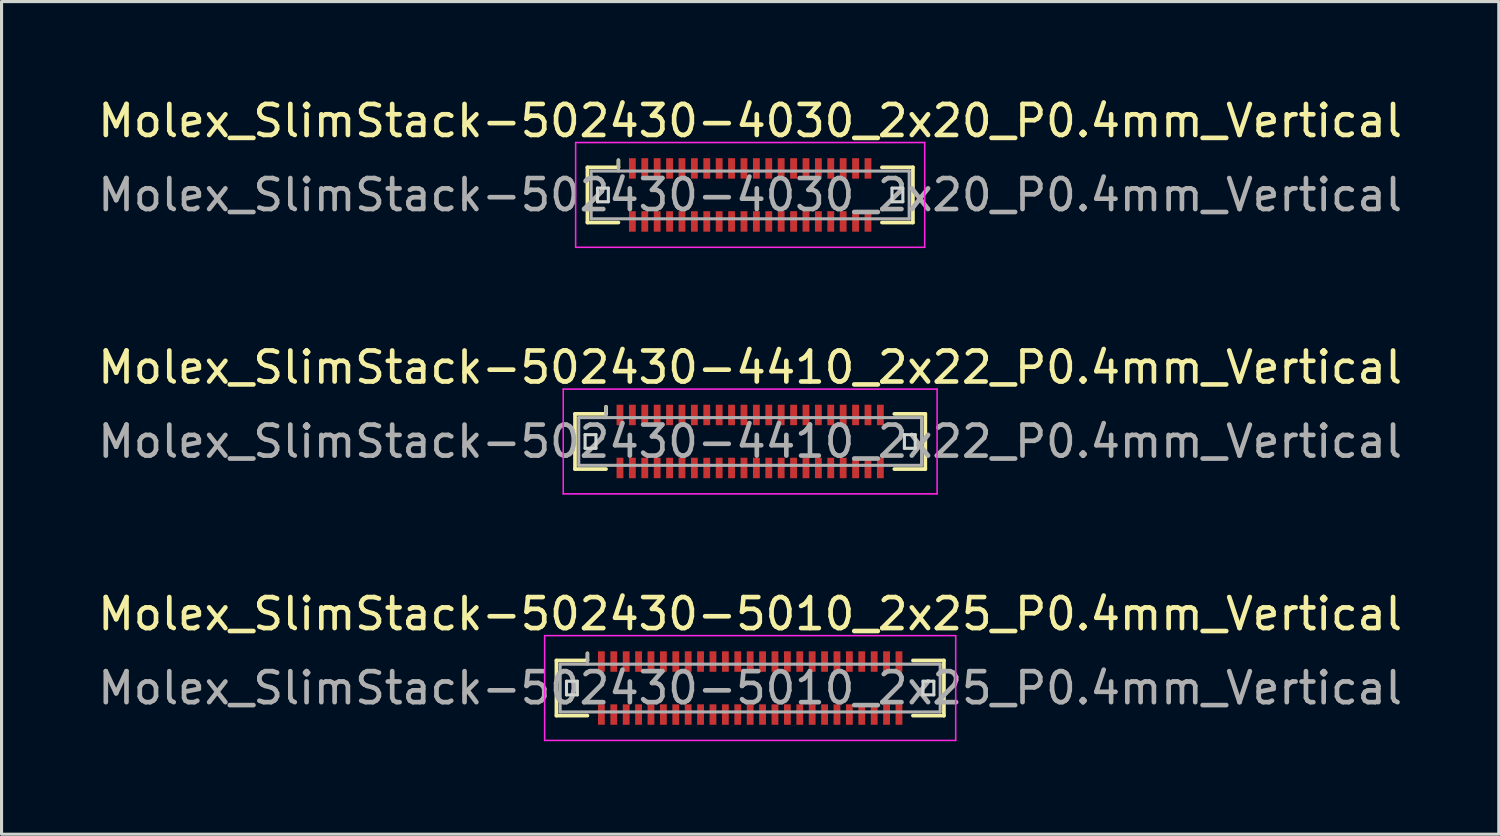
<source format=kicad_pcb>
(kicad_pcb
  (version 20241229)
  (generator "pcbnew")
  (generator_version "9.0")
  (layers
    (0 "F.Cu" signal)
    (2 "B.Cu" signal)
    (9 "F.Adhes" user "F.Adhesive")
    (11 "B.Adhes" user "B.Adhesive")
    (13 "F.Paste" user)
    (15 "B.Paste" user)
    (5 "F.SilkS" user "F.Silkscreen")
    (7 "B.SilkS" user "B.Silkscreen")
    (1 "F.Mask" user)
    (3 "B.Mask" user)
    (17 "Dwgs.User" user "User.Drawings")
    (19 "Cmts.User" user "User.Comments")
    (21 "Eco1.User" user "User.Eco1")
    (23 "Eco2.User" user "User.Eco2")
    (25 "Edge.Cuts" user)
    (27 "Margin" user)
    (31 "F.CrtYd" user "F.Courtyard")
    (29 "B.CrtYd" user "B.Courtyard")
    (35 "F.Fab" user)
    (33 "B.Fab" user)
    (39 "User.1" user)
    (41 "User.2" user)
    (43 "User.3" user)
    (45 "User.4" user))
  (footprint "Molex_SlimStack-502430-5010_2x25_P0.4mm_Vertical"
    (layer "F.Cu")
    (at 21.149 19.145)
    (property "Reference" "Molex_SlimStack-502430-5010_2x25_P0.4mm_Vertical" (at 0 -2.39 0) (layer "F.SilkS") (effects (font (size 1 1) (thickness 0.15))))
    (attr smd)
    (fp_line (start -6.25 -0.89) (end -5.25 -0.89) (stroke (width 0.12) (type solid)) (layer "F.SilkS"))
    (fp_line (start -6.25 0.89) (end -6.25 -0.89) (stroke (width 0.12) (type solid)) (layer "F.SilkS"))
    (fp_line (start -5.25 -0.89) (end -5.25 -1.12) (stroke (width 0.12) (type solid)) (layer "F.SilkS"))
    (fp_line (start -5.25 0.89) (end -6.25 0.89) (stroke (width 0.12) (type solid)) (layer "F.SilkS"))
    (fp_line (start 5.25 0.89) (end 6.25 0.89) (stroke (width 0.12) (type solid)) (layer "F.SilkS"))
    (fp_line (start 6.25 -0.89) (end 5.25 -0.89) (stroke (width 0.12) (type solid)) (layer "F.SilkS"))
    (fp_line (start 6.25 0.89) (end 6.25 -0.89) (stroke (width 0.12) (type solid)) (layer "F.SilkS"))
    (fp_line (start -5.925 -0.22) (end -5.925 0.22) (stroke (width 0.1) (type solid)) (layer "Edge.Cuts"))
    (fp_line (start -5.925 0.22) (end -5.575 0.22) (stroke (width 0.1) (type solid)) (layer "Edge.Cuts"))
    (fp_line (start -5.575 -0.22) (end -5.925 -0.22) (stroke (width 0.1) (type solid)) (layer "Edge.Cuts"))
    (fp_line (start -5.575 0.22) (end -5.575 -0.22) (stroke (width 0.1) (type solid)) (layer "Edge.Cuts"))
    (fp_line (start 5.575 -0.22) (end 5.575 0.22) (stroke (width 0.1) (type solid)) (layer "Edge.Cuts"))
    (fp_line (start 5.575 0.22) (end 5.925 0.22) (stroke (width 0.1) (type solid)) (layer "Edge.Cuts"))
    (fp_line (start 5.925 -0.22) (end 5.575 -0.22) (stroke (width 0.1) (type solid)) (layer "Edge.Cuts"))
    (fp_line (start 5.925 0.22) (end 5.925 -0.22) (stroke (width 0.1) (type solid)) (layer "Edge.Cuts"))
    (fp_line (start -6.63 -1.69) (end -6.63 1.69) (stroke (width 0.05) (type solid)) (layer "F.CrtYd"))
    (fp_line (start -6.63 1.69) (end 6.63 1.69) (stroke (width 0.05) (type solid)) (layer "F.CrtYd"))
    (fp_line (start 6.63 -1.69) (end -6.63 -1.69) (stroke (width 0.05) (type solid)) (layer "F.CrtYd"))
    (fp_line (start 6.63 1.69) (end 6.63 -1.69) (stroke (width 0.05) (type solid)) (layer "F.CrtYd"))
    (fp_line (start -6.13 -0.77) (end -6.13 0.77) (stroke (width 0.1) (type solid)) (layer "F.Fab"))
    (fp_line (start -6.13 0.77) (end 6.13 0.77) (stroke (width 0.1) (type solid)) (layer "F.Fab"))
    (fp_line (start -5.25 -0.77) (end -5.25 -1.12) (stroke (width 0.1) (type solid)) (layer "F.Fab"))
    (fp_line (start 6.13 -0.77) (end -6.13 -0.77) (stroke (width 0.1) (type solid)) (layer "F.Fab"))
    (fp_line (start 6.13 0.77) (end 6.13 -0.77) (stroke (width 0.1) (type solid)) (layer "F.Fab"))
    (fp_text user "${REFERENCE}" (at 0 0 0) (layer "F.Fab") (effects (font (size 1 1) (thickness 0.15))))
    (pad "1" smd rect (at -4.8 -0.855) (size 0.22 0.66) (layers "F.Cu" "F.Mask" "F.Paste"))
    (pad "2" smd rect (at -4.8 0.855) (size 0.22 0.66) (layers "F.Cu" "F.Mask" "F.Paste"))
    (pad "3" smd rect (at -4.4 -0.855) (size 0.22 0.66) (layers "F.Cu" "F.Mask" "F.Paste"))
    (pad "4" smd rect (at -4.4 0.855) (size 0.22 0.66) (layers "F.Cu" "F.Mask" "F.Paste"))
    (pad "5" smd rect (at -4 -0.855) (size 0.22 0.66) (layers "F.Cu" "F.Mask" "F.Paste"))
    (pad "6" smd rect (at -4 0.855) (size 0.22 0.66) (layers "F.Cu" "F.Mask" "F.Paste"))
    (pad "7" smd rect (at -3.6 -0.855) (size 0.22 0.66) (layers "F.Cu" "F.Mask" "F.Paste"))
    (pad "8" smd rect (at -3.6 0.855) (size 0.22 0.66) (layers "F.Cu" "F.Mask" "F.Paste"))
    (pad "9" smd rect (at -3.2 -0.855) (size 0.22 0.66) (layers "F.Cu" "F.Mask" "F.Paste"))
    (pad "10" smd rect (at -3.2 0.855) (size 0.22 0.66) (layers "F.Cu" "F.Mask" "F.Paste"))
    (pad "11" smd rect (at -2.8 -0.855) (size 0.22 0.66) (layers "F.Cu" "F.Mask" "F.Paste"))
    (pad "12" smd rect (at -2.8 0.855) (size 0.22 0.66) (layers "F.Cu" "F.Mask" "F.Paste"))
    (pad "13" smd rect (at -2.4 -0.855) (size 0.22 0.66) (layers "F.Cu" "F.Mask" "F.Paste"))
    (pad "14" smd rect (at -2.4 0.855) (size 0.22 0.66) (layers "F.Cu" "F.Mask" "F.Paste"))
    (pad "15" smd rect (at -2 -0.855) (size 0.22 0.66) (layers "F.Cu" "F.Mask" "F.Paste"))
    (pad "16" smd rect (at -2 0.855) (size 0.22 0.66) (layers "F.Cu" "F.Mask" "F.Paste"))
    (pad "17" smd rect (at -1.6 -0.855) (size 0.22 0.66) (layers "F.Cu" "F.Mask" "F.Paste"))
    (pad "18" smd rect (at -1.6 0.855) (size 0.22 0.66) (layers "F.Cu" "F.Mask" "F.Paste"))
    (pad "19" smd rect (at -1.2 -0.855) (size 0.22 0.66) (layers "F.Cu" "F.Mask" "F.Paste"))
    (pad "20" smd rect (at -1.2 0.855) (size 0.22 0.66) (layers "F.Cu" "F.Mask" "F.Paste"))
    (pad "21" smd rect (at -0.8 -0.855) (size 0.22 0.66) (layers "F.Cu" "F.Mask" "F.Paste"))
    (pad "22" smd rect (at -0.8 0.855) (size 0.22 0.66) (layers "F.Cu" "F.Mask" "F.Paste"))
    (pad "23" smd rect (at -0.4 -0.855) (size 0.22 0.66) (layers "F.Cu" "F.Mask" "F.Paste"))
    (pad "24" smd rect (at -0.4 0.855) (size 0.22 0.66) (layers "F.Cu" "F.Mask" "F.Paste"))
    (pad "25" smd rect (at 0 -0.855) (size 0.22 0.66) (layers "F.Cu" "F.Mask" "F.Paste"))
    (pad "26" smd rect (at 0 0.855) (size 0.22 0.66) (layers "F.Cu" "F.Mask" "F.Paste"))
    (pad "27" smd rect (at 0.4 -0.855) (size 0.22 0.66) (layers "F.Cu" "F.Mask" "F.Paste"))
    (pad "28" smd rect (at 0.4 0.855) (size 0.22 0.66) (layers "F.Cu" "F.Mask" "F.Paste"))
    (pad "29" smd rect (at 0.8 -0.855) (size 0.22 0.66) (layers "F.Cu" "F.Mask" "F.Paste"))
    (pad "30" smd rect (at 0.8 0.855) (size 0.22 0.66) (layers "F.Cu" "F.Mask" "F.Paste"))
    (pad "31" smd rect (at 1.2 -0.855) (size 0.22 0.66) (layers "F.Cu" "F.Mask" "F.Paste"))
    (pad "32" smd rect (at 1.2 0.855) (size 0.22 0.66) (layers "F.Cu" "F.Mask" "F.Paste"))
    (pad "33" smd rect (at 1.6 -0.855) (size 0.22 0.66) (layers "F.Cu" "F.Mask" "F.Paste"))
    (pad "34" smd rect (at 1.6 0.855) (size 0.22 0.66) (layers "F.Cu" "F.Mask" "F.Paste"))
    (pad "35" smd rect (at 2 -0.855) (size 0.22 0.66) (layers "F.Cu" "F.Mask" "F.Paste"))
    (pad "36" smd rect (at 2 0.855) (size 0.22 0.66) (layers "F.Cu" "F.Mask" "F.Paste"))
    (pad "37" smd rect (at 2.4 -0.855) (size 0.22 0.66) (layers "F.Cu" "F.Mask" "F.Paste"))
    (pad "38" smd rect (at 2.4 0.855) (size 0.22 0.66) (layers "F.Cu" "F.Mask" "F.Paste"))
    (pad "39" smd rect (at 2.8 -0.855) (size 0.22 0.66) (layers "F.Cu" "F.Mask" "F.Paste"))
    (pad "40" smd rect (at 2.8 0.855) (size 0.22 0.66) (layers "F.Cu" "F.Mask" "F.Paste"))
    (pad "41" smd rect (at 3.2 -0.855) (size 0.22 0.66) (layers "F.Cu" "F.Mask" "F.Paste"))
    (pad "42" smd rect (at 3.2 0.855) (size 0.22 0.66) (layers "F.Cu" "F.Mask" "F.Paste"))
    (pad "43" smd rect (at 3.6 -0.855) (size 0.22 0.66) (layers "F.Cu" "F.Mask" "F.Paste"))
    (pad "44" smd rect (at 3.6 0.855) (size 0.22 0.66) (layers "F.Cu" "F.Mask" "F.Paste"))
    (pad "45" smd rect (at 4 -0.855) (size 0.22 0.66) (layers "F.Cu" "F.Mask" "F.Paste"))
    (pad "46" smd rect (at 4 0.855) (size 0.22 0.66) (layers "F.Cu" "F.Mask" "F.Paste"))
    (pad "47" smd rect (at 4.4 -0.855) (size 0.22 0.66) (layers "F.Cu" "F.Mask" "F.Paste"))
    (pad "48" smd rect (at 4.4 0.855) (size 0.22 0.66) (layers "F.Cu" "F.Mask" "F.Paste"))
    (pad "49" smd rect (at 4.8 -0.855) (size 0.22 0.66) (layers "F.Cu" "F.Mask" "F.Paste"))
    (pad "50" smd rect (at 4.8 0.855) (size 0.22 0.66) (layers "F.Cu" "F.Mask" "F.Paste")))
  (footprint "Molex_SlimStack-502430-4410_2x22_P0.4mm_Vertical"
    (layer "F.Cu")
    (at 21.149 11.191)
    (property "Reference" "Molex_SlimStack-502430-4410_2x22_P0.4mm_Vertical" (at 0 -2.39 0) (layer "F.SilkS") (effects (font (size 1 1) (thickness 0.15))))
    (attr smd)
    (fp_line (start -5.65 -0.89) (end -4.65 -0.89) (stroke (width 0.12) (type solid)) (layer "F.SilkS"))
    (fp_line (start -5.65 0.89) (end -5.65 -0.89) (stroke (width 0.12) (type solid)) (layer "F.SilkS"))
    (fp_line (start -4.65 -0.89) (end -4.65 -1.12) (stroke (width 0.12) (type solid)) (layer "F.SilkS"))
    (fp_line (start -4.65 0.89) (end -5.65 0.89) (stroke (width 0.12) (type solid)) (layer "F.SilkS"))
    (fp_line (start 4.65 0.89) (end 5.65 0.89) (stroke (width 0.12) (type solid)) (layer "F.SilkS"))
    (fp_line (start 5.65 -0.89) (end 4.65 -0.89) (stroke (width 0.12) (type solid)) (layer "F.SilkS"))
    (fp_line (start 5.65 0.89) (end 5.65 -0.89) (stroke (width 0.12) (type solid)) (layer "F.SilkS"))
    (fp_line (start -5.325 -0.22) (end -5.325 0.22) (stroke (width 0.1) (type solid)) (layer "Edge.Cuts"))
    (fp_line (start -5.325 0.22) (end -4.975 0.22) (stroke (width 0.1) (type solid)) (layer "Edge.Cuts"))
    (fp_line (start -4.975 -0.22) (end -5.325 -0.22) (stroke (width 0.1) (type solid)) (layer "Edge.Cuts"))
    (fp_line (start -4.975 0.22) (end -4.975 -0.22) (stroke (width 0.1) (type solid)) (layer "Edge.Cuts"))
    (fp_line (start 4.975 -0.22) (end 4.975 0.22) (stroke (width 0.1) (type solid)) (layer "Edge.Cuts"))
    (fp_line (start 4.975 0.22) (end 5.325 0.22) (stroke (width 0.1) (type solid)) (layer "Edge.Cuts"))
    (fp_line (start 5.325 -0.22) (end 4.975 -0.22) (stroke (width 0.1) (type solid)) (layer "Edge.Cuts"))
    (fp_line (start 5.325 0.22) (end 5.325 -0.22) (stroke (width 0.1) (type solid)) (layer "Edge.Cuts"))
    (fp_line (start -6.03 -1.69) (end -6.03 1.69) (stroke (width 0.05) (type solid)) (layer "F.CrtYd"))
    (fp_line (start -6.03 1.69) (end 6.03 1.69) (stroke (width 0.05) (type solid)) (layer "F.CrtYd"))
    (fp_line (start 6.03 -1.69) (end -6.03 -1.69) (stroke (width 0.05) (type solid)) (layer "F.CrtYd"))
    (fp_line (start 6.03 1.69) (end 6.03 -1.69) (stroke (width 0.05) (type solid)) (layer "F.CrtYd"))
    (fp_line (start -5.53 -0.77) (end -5.53 0.77) (stroke (width 0.1) (type solid)) (layer "F.Fab"))
    (fp_line (start -5.53 0.77) (end 5.53 0.77) (stroke (width 0.1) (type solid)) (layer "F.Fab"))
    (fp_line (start -4.65 -0.77) (end -4.65 -1.12) (stroke (width 0.1) (type solid)) (layer "F.Fab"))
    (fp_line (start 5.53 -0.77) (end -5.53 -0.77) (stroke (width 0.1) (type solid)) (layer "F.Fab"))
    (fp_line (start 5.53 0.77) (end 5.53 -0.77) (stroke (width 0.1) (type solid)) (layer "F.Fab"))
    (fp_text user "${REFERENCE}" (at 0 0 0) (layer "F.Fab") (effects (font (size 1 1) (thickness 0.15))))
    (pad "1" smd rect (at -4.2 -0.855) (size 0.22 0.66) (layers "F.Cu" "F.Mask" "F.Paste"))
    (pad "2" smd rect (at -4.2 0.855) (size 0.22 0.66) (layers "F.Cu" "F.Mask" "F.Paste"))
    (pad "3" smd rect (at -3.8 -0.855) (size 0.22 0.66) (layers "F.Cu" "F.Mask" "F.Paste"))
    (pad "4" smd rect (at -3.8 0.855) (size 0.22 0.66) (layers "F.Cu" "F.Mask" "F.Paste"))
    (pad "5" smd rect (at -3.4 -0.855) (size 0.22 0.66) (layers "F.Cu" "F.Mask" "F.Paste"))
    (pad "6" smd rect (at -3.4 0.855) (size 0.22 0.66) (layers "F.Cu" "F.Mask" "F.Paste"))
    (pad "7" smd rect (at -3 -0.855) (size 0.22 0.66) (layers "F.Cu" "F.Mask" "F.Paste"))
    (pad "8" smd rect (at -3 0.855) (size 0.22 0.66) (layers "F.Cu" "F.Mask" "F.Paste"))
    (pad "9" smd rect (at -2.6 -0.855) (size 0.22 0.66) (layers "F.Cu" "F.Mask" "F.Paste"))
    (pad "10" smd rect (at -2.6 0.855) (size 0.22 0.66) (layers "F.Cu" "F.Mask" "F.Paste"))
    (pad "11" smd rect (at -2.2 -0.855) (size 0.22 0.66) (layers "F.Cu" "F.Mask" "F.Paste"))
    (pad "12" smd rect (at -2.2 0.855) (size 0.22 0.66) (layers "F.Cu" "F.Mask" "F.Paste"))
    (pad "13" smd rect (at -1.8 -0.855) (size 0.22 0.66) (layers "F.Cu" "F.Mask" "F.Paste"))
    (pad "14" smd rect (at -1.8 0.855) (size 0.22 0.66) (layers "F.Cu" "F.Mask" "F.Paste"))
    (pad "15" smd rect (at -1.4 -0.855) (size 0.22 0.66) (layers "F.Cu" "F.Mask" "F.Paste"))
    (pad "16" smd rect (at -1.4 0.855) (size 0.22 0.66) (layers "F.Cu" "F.Mask" "F.Paste"))
    (pad "17" smd rect (at -1 -0.855) (size 0.22 0.66) (layers "F.Cu" "F.Mask" "F.Paste"))
    (pad "18" smd rect (at -1 0.855) (size 0.22 0.66) (layers "F.Cu" "F.Mask" "F.Paste"))
    (pad "19" smd rect (at -0.6 -0.855) (size 0.22 0.66) (layers "F.Cu" "F.Mask" "F.Paste"))
    (pad "20" smd rect (at -0.6 0.855) (size 0.22 0.66) (layers "F.Cu" "F.Mask" "F.Paste"))
    (pad "21" smd rect (at -0.2 -0.855) (size 0.22 0.66) (layers "F.Cu" "F.Mask" "F.Paste"))
    (pad "22" smd rect (at -0.2 0.855) (size 0.22 0.66) (layers "F.Cu" "F.Mask" "F.Paste"))
    (pad "23" smd rect (at 0.2 -0.855) (size 0.22 0.66) (layers "F.Cu" "F.Mask" "F.Paste"))
    (pad "24" smd rect (at 0.2 0.855) (size 0.22 0.66) (layers "F.Cu" "F.Mask" "F.Paste"))
    (pad "25" smd rect (at 0.6 -0.855) (size 0.22 0.66) (layers "F.Cu" "F.Mask" "F.Paste"))
    (pad "26" smd rect (at 0.6 0.855) (size 0.22 0.66) (layers "F.Cu" "F.Mask" "F.Paste"))
    (pad "27" smd rect (at 1 -0.855) (size 0.22 0.66) (layers "F.Cu" "F.Mask" "F.Paste"))
    (pad "28" smd rect (at 1 0.855) (size 0.22 0.66) (layers "F.Cu" "F.Mask" "F.Paste"))
    (pad "29" smd rect (at 1.4 -0.855) (size 0.22 0.66) (layers "F.Cu" "F.Mask" "F.Paste"))
    (pad "30" smd rect (at 1.4 0.855) (size 0.22 0.66) (layers "F.Cu" "F.Mask" "F.Paste"))
    (pad "31" smd rect (at 1.8 -0.855) (size 0.22 0.66) (layers "F.Cu" "F.Mask" "F.Paste"))
    (pad "32" smd rect (at 1.8 0.855) (size 0.22 0.66) (layers "F.Cu" "F.Mask" "F.Paste"))
    (pad "33" smd rect (at 2.2 -0.855) (size 0.22 0.66) (layers "F.Cu" "F.Mask" "F.Paste"))
    (pad "34" smd rect (at 2.2 0.855) (size 0.22 0.66) (layers "F.Cu" "F.Mask" "F.Paste"))
    (pad "35" smd rect (at 2.6 -0.855) (size 0.22 0.66) (layers "F.Cu" "F.Mask" "F.Paste"))
    (pad "36" smd rect (at 2.6 0.855) (size 0.22 0.66) (layers "F.Cu" "F.Mask" "F.Paste"))
    (pad "37" smd rect (at 3 -0.855) (size 0.22 0.66) (layers "F.Cu" "F.Mask" "F.Paste"))
    (pad "38" smd rect (at 3 0.855) (size 0.22 0.66) (layers "F.Cu" "F.Mask" "F.Paste"))
    (pad "39" smd rect (at 3.4 -0.855) (size 0.22 0.66) (layers "F.Cu" "F.Mask" "F.Paste"))
    (pad "40" smd rect (at 3.4 0.855) (size 0.22 0.66) (layers "F.Cu" "F.Mask" "F.Paste"))
    (pad "41" smd rect (at 3.8 -0.855) (size 0.22 0.66) (layers "F.Cu" "F.Mask" "F.Paste"))
    (pad "42" smd rect (at 3.8 0.855) (size 0.22 0.66) (layers "F.Cu" "F.Mask" "F.Paste"))
    (pad "43" smd rect (at 4.2 -0.855) (size 0.22 0.66) (layers "F.Cu" "F.Mask" "F.Paste"))
    (pad "44" smd rect (at 4.2 0.855) (size 0.22 0.66) (layers "F.Cu" "F.Mask" "F.Paste")))
  (footprint "Molex_SlimStack-502430-4030_2x20_P0.4mm_Vertical"
    (layer "F.Cu")
    (at 21.149 3.238)
    (property "Reference" "Molex_SlimStack-502430-4030_2x20_P0.4mm_Vertical" (at 0 -2.39 0) (layer "F.SilkS") (effects (font (size 1 1) (thickness 0.15))))
    (attr smd)
    (fp_line (start -5.25 -0.89) (end -4.25 -0.89) (stroke (width 0.12) (type solid)) (layer "F.SilkS"))
    (fp_line (start -5.25 0.89) (end -5.25 -0.89) (stroke (width 0.12) (type solid)) (layer "F.SilkS"))
    (fp_line (start -4.25 -0.89) (end -4.25 -1.12) (stroke (width 0.12) (type solid)) (layer "F.SilkS"))
    (fp_line (start -4.25 0.89) (end -5.25 0.89) (stroke (width 0.12) (type solid)) (layer "F.SilkS"))
    (fp_line (start 4.25 0.89) (end 5.25 0.89) (stroke (width 0.12) (type solid)) (layer "F.SilkS"))
    (fp_line (start 5.25 -0.89) (end 4.25 -0.89) (stroke (width 0.12) (type solid)) (layer "F.SilkS"))
    (fp_line (start 5.25 0.89) (end 5.25 -0.89) (stroke (width 0.12) (type solid)) (layer "F.SilkS"))
    (fp_line (start -4.925 -0.22) (end -4.925 0.22) (stroke (width 0.1) (type solid)) (layer "Edge.Cuts"))
    (fp_line (start -4.925 0.22) (end -4.575 0.22) (stroke (width 0.1) (type solid)) (layer "Edge.Cuts"))
    (fp_line (start -4.575 -0.22) (end -4.925 -0.22) (stroke (width 0.1) (type solid)) (layer "Edge.Cuts"))
    (fp_line (start -4.575 0.22) (end -4.575 -0.22) (stroke (width 0.1) (type solid)) (layer "Edge.Cuts"))
    (fp_line (start 4.575 -0.22) (end 4.575 0.22) (stroke (width 0.1) (type solid)) (layer "Edge.Cuts"))
    (fp_line (start 4.575 0.22) (end 4.925 0.22) (stroke (width 0.1) (type solid)) (layer "Edge.Cuts"))
    (fp_line (start 4.925 -0.22) (end 4.575 -0.22) (stroke (width 0.1) (type solid)) (layer "Edge.Cuts"))
    (fp_line (start 4.925 0.22) (end 4.925 -0.22) (stroke (width 0.1) (type solid)) (layer "Edge.Cuts"))
    (fp_line (start -5.63 -1.69) (end -5.63 1.69) (stroke (width 0.05) (type solid)) (layer "F.CrtYd"))
    (fp_line (start -5.63 1.69) (end 5.63 1.69) (stroke (width 0.05) (type solid)) (layer "F.CrtYd"))
    (fp_line (start 5.63 -1.69) (end -5.63 -1.69) (stroke (width 0.05) (type solid)) (layer "F.CrtYd"))
    (fp_line (start 5.63 1.69) (end 5.63 -1.69) (stroke (width 0.05) (type solid)) (layer "F.CrtYd"))
    (fp_line (start -5.13 -0.77) (end -5.13 0.77) (stroke (width 0.1) (type solid)) (layer "F.Fab"))
    (fp_line (start -5.13 0.77) (end 5.13 0.77) (stroke (width 0.1) (type solid)) (layer "F.Fab"))
    (fp_line (start -4.25 -0.77) (end -4.25 -1.12) (stroke (width 0.1) (type solid)) (layer "F.Fab"))
    (fp_line (start 5.13 -0.77) (end -5.13 -0.77) (stroke (width 0.1) (type solid)) (layer "F.Fab"))
    (fp_line (start 5.13 0.77) (end 5.13 -0.77) (stroke (width 0.1) (type solid)) (layer "F.Fab"))
    (fp_text user "${REFERENCE}" (at 0 0 0) (layer "F.Fab") (effects (font (size 1 1) (thickness 0.15))))
    (pad "1" smd rect (at -3.8 -0.855) (size 0.22 0.66) (layers "F.Cu" "F.Mask" "F.Paste"))
    (pad "2" smd rect (at -3.8 0.855) (size 0.22 0.66) (layers "F.Cu" "F.Mask" "F.Paste"))
    (pad "3" smd rect (at -3.4 -0.855) (size 0.22 0.66) (layers "F.Cu" "F.Mask" "F.Paste"))
    (pad "4" smd rect (at -3.4 0.855) (size 0.22 0.66) (layers "F.Cu" "F.Mask" "F.Paste"))
    (pad "5" smd rect (at -3 -0.855) (size 0.22 0.66) (layers "F.Cu" "F.Mask" "F.Paste"))
    (pad "6" smd rect (at -3 0.855) (size 0.22 0.66) (layers "F.Cu" "F.Mask" "F.Paste"))
    (pad "7" smd rect (at -2.6 -0.855) (size 0.22 0.66) (layers "F.Cu" "F.Mask" "F.Paste"))
    (pad "8" smd rect (at -2.6 0.855) (size 0.22 0.66) (layers "F.Cu" "F.Mask" "F.Paste"))
    (pad "9" smd rect (at -2.2 -0.855) (size 0.22 0.66) (layers "F.Cu" "F.Mask" "F.Paste"))
    (pad "10" smd rect (at -2.2 0.855) (size 0.22 0.66) (layers "F.Cu" "F.Mask" "F.Paste"))
    (pad "11" smd rect (at -1.8 -0.855) (size 0.22 0.66) (layers "F.Cu" "F.Mask" "F.Paste"))
    (pad "12" smd rect (at -1.8 0.855) (size 0.22 0.66) (layers "F.Cu" "F.Mask" "F.Paste"))
    (pad "13" smd rect (at -1.4 -0.855) (size 0.22 0.66) (layers "F.Cu" "F.Mask" "F.Paste"))
    (pad "14" smd rect (at -1.4 0.855) (size 0.22 0.66) (layers "F.Cu" "F.Mask" "F.Paste"))
    (pad "15" smd rect (at -1 -0.855) (size 0.22 0.66) (layers "F.Cu" "F.Mask" "F.Paste"))
    (pad "16" smd rect (at -1 0.855) (size 0.22 0.66) (layers "F.Cu" "F.Mask" "F.Paste"))
    (pad "17" smd rect (at -0.6 -0.855) (size 0.22 0.66) (layers "F.Cu" "F.Mask" "F.Paste"))
    (pad "18" smd rect (at -0.6 0.855) (size 0.22 0.66) (layers "F.Cu" "F.Mask" "F.Paste"))
    (pad "19" smd rect (at -0.2 -0.855) (size 0.22 0.66) (layers "F.Cu" "F.Mask" "F.Paste"))
    (pad "20" smd rect (at -0.2 0.855) (size 0.22 0.66) (layers "F.Cu" "F.Mask" "F.Paste"))
    (pad "21" smd rect (at 0.2 -0.855) (size 0.22 0.66) (layers "F.Cu" "F.Mask" "F.Paste"))
    (pad "22" smd rect (at 0.2 0.855) (size 0.22 0.66) (layers "F.Cu" "F.Mask" "F.Paste"))
    (pad "23" smd rect (at 0.6 -0.855) (size 0.22 0.66) (layers "F.Cu" "F.Mask" "F.Paste"))
    (pad "24" smd rect (at 0.6 0.855) (size 0.22 0.66) (layers "F.Cu" "F.Mask" "F.Paste"))
    (pad "25" smd rect (at 1 -0.855) (size 0.22 0.66) (layers "F.Cu" "F.Mask" "F.Paste"))
    (pad "26" smd rect (at 1 0.855) (size 0.22 0.66) (layers "F.Cu" "F.Mask" "F.Paste"))
    (pad "27" smd rect (at 1.4 -0.855) (size 0.22 0.66) (layers "F.Cu" "F.Mask" "F.Paste"))
    (pad "28" smd rect (at 1.4 0.855) (size 0.22 0.66) (layers "F.Cu" "F.Mask" "F.Paste"))
    (pad "29" smd rect (at 1.8 -0.855) (size 0.22 0.66) (layers "F.Cu" "F.Mask" "F.Paste"))
    (pad "30" smd rect (at 1.8 0.855) (size 0.22 0.66) (layers "F.Cu" "F.Mask" "F.Paste"))
    (pad "31" smd rect (at 2.2 -0.855) (size 0.22 0.66) (layers "F.Cu" "F.Mask" "F.Paste"))
    (pad "32" smd rect (at 2.2 0.855) (size 0.22 0.66) (layers "F.Cu" "F.Mask" "F.Paste"))
    (pad "33" smd rect (at 2.6 -0.855) (size 0.22 0.66) (layers "F.Cu" "F.Mask" "F.Paste"))
    (pad "34" smd rect (at 2.6 0.855) (size 0.22 0.66) (layers "F.Cu" "F.Mask" "F.Paste"))
    (pad "35" smd rect (at 3 -0.855) (size 0.22 0.66) (layers "F.Cu" "F.Mask" "F.Paste"))
    (pad "36" smd rect (at 3 0.855) (size 0.22 0.66) (layers "F.Cu" "F.Mask" "F.Paste"))
    (pad "37" smd rect (at 3.4 -0.855) (size 0.22 0.66) (layers "F.Cu" "F.Mask" "F.Paste"))
    (pad "38" smd rect (at 3.4 0.855) (size 0.22 0.66) (layers "F.Cu" "F.Mask" "F.Paste"))
    (pad "39" smd rect (at 3.8 -0.855) (size 0.22 0.66) (layers "F.Cu" "F.Mask" "F.Paste"))
    (pad "40" smd rect (at 3.8 0.855) (size 0.22 0.66) (layers "F.Cu" "F.Mask" "F.Paste")))
  (gr_rect
    (start -3 -3)
    (end 45.298 23.86)
    (stroke (width 0.1) (type default))
    (fill no)
    (layer "Edge.Cuts")))
</source>
